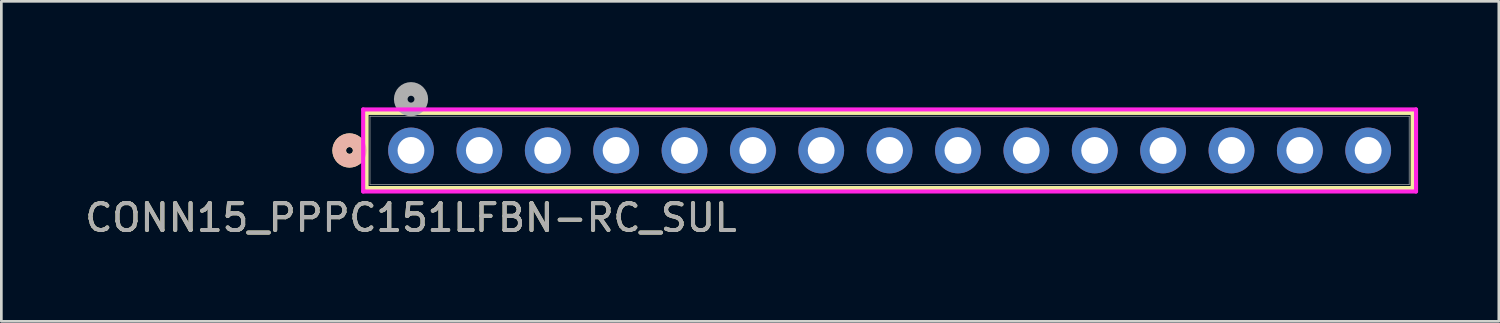
<source format=kicad_pcb>
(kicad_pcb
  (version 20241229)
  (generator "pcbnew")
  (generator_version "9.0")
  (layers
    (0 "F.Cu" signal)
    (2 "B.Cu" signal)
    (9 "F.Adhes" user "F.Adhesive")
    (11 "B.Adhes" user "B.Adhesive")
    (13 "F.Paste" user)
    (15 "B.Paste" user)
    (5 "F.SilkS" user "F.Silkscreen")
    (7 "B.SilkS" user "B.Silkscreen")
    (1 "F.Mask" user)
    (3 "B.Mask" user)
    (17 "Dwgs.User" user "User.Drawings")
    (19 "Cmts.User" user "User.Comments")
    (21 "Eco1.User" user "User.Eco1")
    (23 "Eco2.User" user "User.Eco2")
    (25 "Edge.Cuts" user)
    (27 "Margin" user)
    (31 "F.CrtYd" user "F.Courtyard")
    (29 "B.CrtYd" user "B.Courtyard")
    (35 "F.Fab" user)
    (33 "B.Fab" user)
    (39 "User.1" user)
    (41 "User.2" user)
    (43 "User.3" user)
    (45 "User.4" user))
  (footprint "CONN15_PPPC151LFBN-RC_SUL"
    (layer "F.Cu")
    (at 12.22 2.54)
    (property "Reference" "CONN15_PPPC151LFBN-RC_SUL" (at 0 2.5 0) (unlocked yes) (layer "F.SilkS") (effects (font (size 1 1) (thickness 0.15))))
    (attr through_hole)
    (fp_line (start -1.651 -1.397) (end -1.651 1.397) (stroke (width 0.152) (type solid)) (layer "F.SilkS"))
    (fp_line (start -1.651 1.397) (end 37.211 1.397) (stroke (width 0.152) (type solid)) (layer "F.SilkS"))
    (fp_line (start 37.211 -1.397) (end -1.651 -1.397) (stroke (width 0.152) (type solid)) (layer "F.SilkS"))
    (fp_line (start 37.211 1.397) (end 37.211 -1.397) (stroke (width 0.152) (type solid)) (layer "F.SilkS"))
    (fp_circle (center -2.286 0) (end -1.905 0) (stroke (width 0.508) (type solid)) (fill no) (layer "F.SilkS"))
    (fp_circle (center -2.286 0) (end -1.905 0) (stroke (width 0.508) (type solid)) (fill no) (layer "B.SilkS"))
    (fp_line (start -1.778 -1.524) (end -1.778 1.524) (stroke (width 0.152) (type solid)) (layer "F.CrtYd"))
    (fp_line (start -1.778 1.524) (end 37.338 1.524) (stroke (width 0.152) (type solid)) (layer "F.CrtYd"))
    (fp_line (start 37.338 -1.524) (end -1.778 -1.524) (stroke (width 0.152) (type solid)) (layer "F.CrtYd"))
    (fp_line (start 37.338 1.524) (end 37.338 -1.524) (stroke (width 0.152) (type solid)) (layer "F.CrtYd"))
    (fp_line (start -1.524 -1.27) (end -1.524 1.27) (stroke (width 0.025) (type solid)) (layer "F.Fab"))
    (fp_line (start -1.524 1.27) (end 37.084 1.27) (stroke (width 0.025) (type solid)) (layer "F.Fab"))
    (fp_line (start 37.084 -1.27) (end -1.524 -1.27) (stroke (width 0.025) (type solid)) (layer "F.Fab"))
    (fp_line (start 37.084 1.27) (end 37.084 -1.27) (stroke (width 0.025) (type solid)) (layer "F.Fab"))
    (fp_circle (center 0 -1.905) (end 0.381 -1.905) (stroke (width 0.508) (type solid)) (fill no) (layer "F.Fab"))
    (fp_text user "${REFERENCE}" (at 0 2.5 0) (unlocked yes) (layer "F.Fab") (effects (font (size 1 1) (thickness 0.15))))
    (pad "1" thru_hole circle (at 0 0) (size 1.7 1.7) (drill 1) (layers "*.Cu" "*.Mask"))
    (pad "2" thru_hole circle (at 2.54 0) (size 1.7 1.7) (drill 1) (layers "*.Cu" "*.Mask"))
    (pad "3" thru_hole circle (at 5.08 0) (size 1.7 1.7) (drill 1) (layers "*.Cu" "*.Mask"))
    (pad "4" thru_hole circle (at 7.62 0) (size 1.7 1.7) (drill 1) (layers "*.Cu" "*.Mask"))
    (pad "5" thru_hole circle (at 10.16 0) (size 1.7 1.7) (drill 1) (layers "*.Cu" "*.Mask"))
    (pad "6" thru_hole circle (at 12.7 0) (size 1.7 1.7) (drill 1) (layers "*.Cu" "*.Mask"))
    (pad "7" thru_hole circle (at 15.24 0) (size 1.7 1.7) (drill 1) (layers "*.Cu" "*.Mask"))
    (pad "8" thru_hole circle (at 17.78 0) (size 1.7 1.7) (drill 1) (layers "*.Cu" "*.Mask"))
    (pad "9" thru_hole circle (at 20.32 0) (size 1.7 1.7) (drill 1) (layers "*.Cu" "*.Mask"))
    (pad "10" thru_hole circle (at 22.86 0) (size 1.7 1.7) (drill 1) (layers "*.Cu" "*.Mask"))
    (pad "11" thru_hole circle (at 25.4 0) (size 1.7 1.7) (drill 1) (layers "*.Cu" "*.Mask"))
    (pad "12" thru_hole circle (at 27.94 0) (size 1.7 1.7) (drill 1) (layers "*.Cu" "*.Mask"))
    (pad "13" thru_hole circle (at 30.48 0) (size 1.7 1.7) (drill 1) (layers "*.Cu" "*.Mask"))
    (pad "14" thru_hole circle (at 33.02 0) (size 1.7 1.7) (drill 1) (layers "*.Cu" "*.Mask"))
    (pad "15" thru_hole circle (at 35.56 0) (size 1.7 1.7) (drill 1) (layers "*.Cu" "*.Mask")))
  (gr_rect
    (start -3 -3)
    (end 52.634 8.888)
    (stroke (width 0.1) (type default))
    (fill no)
    (layer "Edge.Cuts")))
</source>
